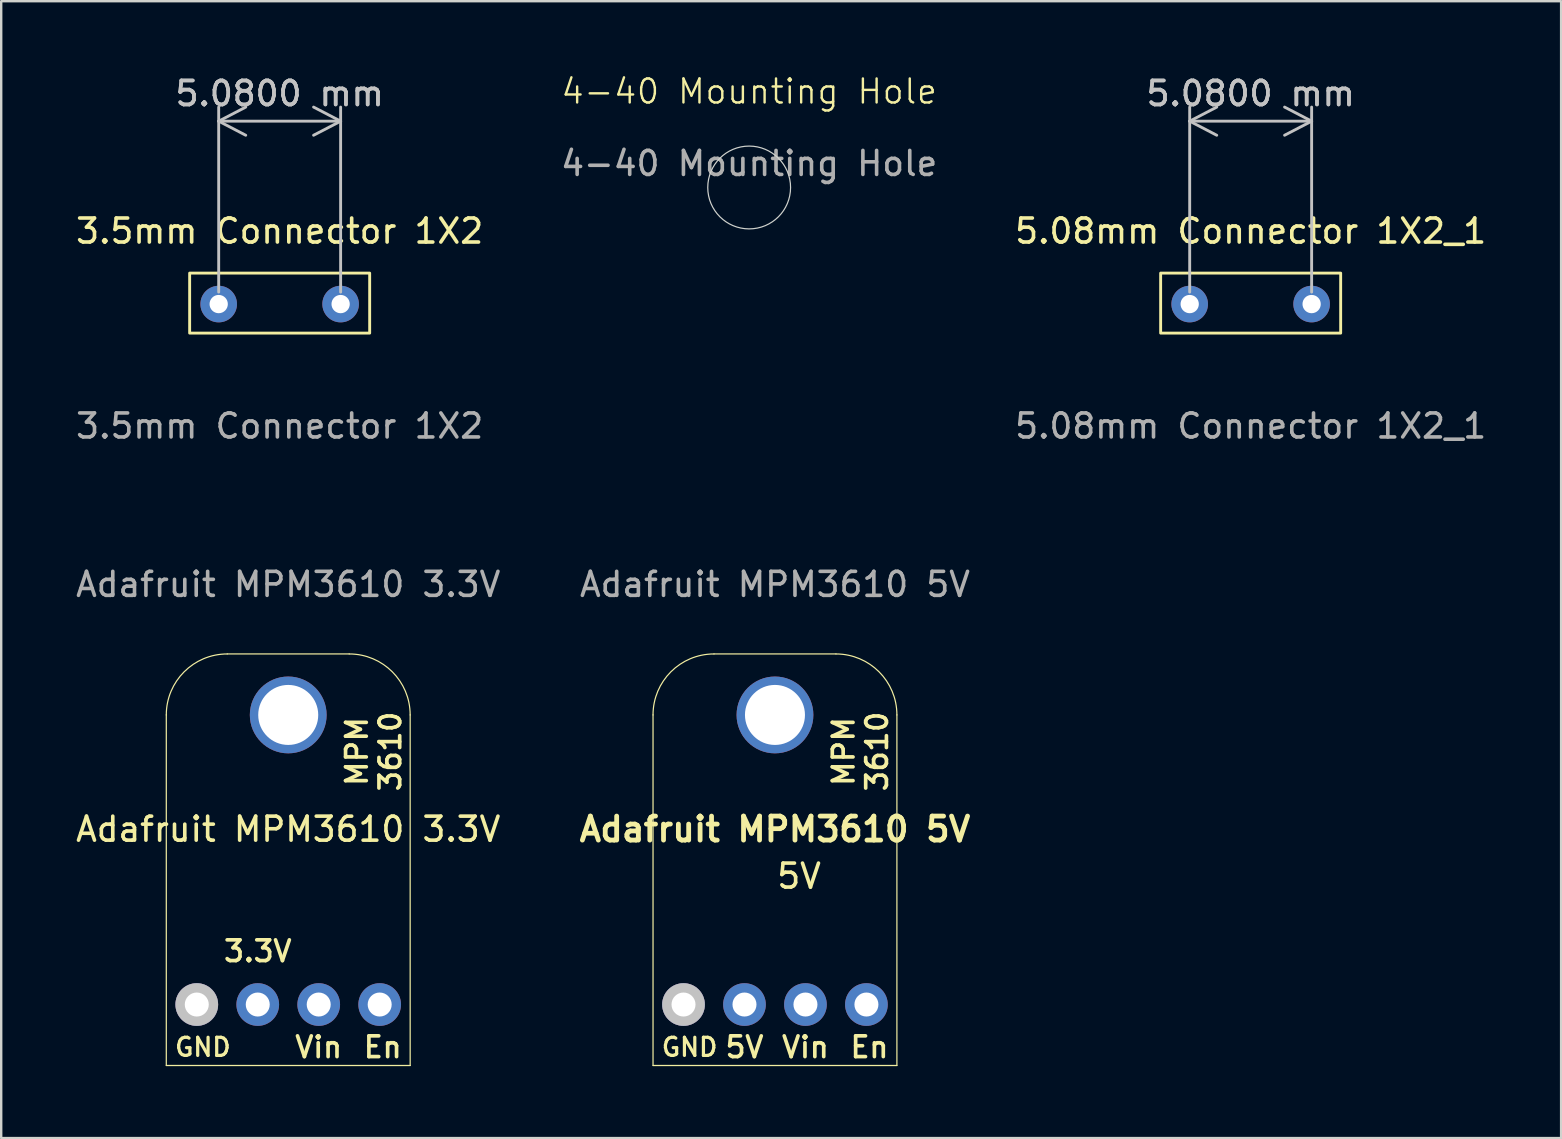
<source format=kicad_pcb>
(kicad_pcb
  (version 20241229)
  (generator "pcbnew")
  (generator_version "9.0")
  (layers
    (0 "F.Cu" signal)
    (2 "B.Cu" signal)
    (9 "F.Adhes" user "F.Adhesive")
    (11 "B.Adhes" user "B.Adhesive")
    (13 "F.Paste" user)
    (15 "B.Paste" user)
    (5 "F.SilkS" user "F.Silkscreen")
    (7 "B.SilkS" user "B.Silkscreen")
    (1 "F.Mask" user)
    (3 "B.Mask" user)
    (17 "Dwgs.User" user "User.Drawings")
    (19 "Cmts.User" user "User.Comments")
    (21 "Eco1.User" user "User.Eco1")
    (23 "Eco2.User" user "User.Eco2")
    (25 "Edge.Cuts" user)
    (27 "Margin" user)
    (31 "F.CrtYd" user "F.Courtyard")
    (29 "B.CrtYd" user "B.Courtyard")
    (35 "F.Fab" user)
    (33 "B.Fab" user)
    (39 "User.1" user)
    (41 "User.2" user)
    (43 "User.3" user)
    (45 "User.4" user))
  (footprint "5.08mm Connector 1X2_1"
    (layer "F.Cu")
    (at 49.054 7.078)
    (property "Reference" "5.08mm Connector 1X2_1" (at 0 -0.5 0) (unlocked yes) (layer "F.SilkS") (effects (font (size 1 1) (thickness 0.15))))
    (attr through_hole)
    (fp_rect (start -3.75 1.25) (end 3.75 3.75) (stroke (width 0.12) (type default)) (fill no) (layer "F.SilkS"))
    (fp_text user "${REFERENCE}" (at 0 7.62 0) (unlocked yes) (layer "F.Fab") (effects (font (size 1 1) (thickness 0.15))))
    (dimension (type aligned) (layer "Dwgs.User") (pts (xy 46.514 9.618) (xy 51.594 9.618)) (height -7.62) (format (prefix "") (suffix "") (units 3) (units_format 1) (precision 4)) (style (thickness 0.12) (arrow_length 1.27) (text_position_mode 0) (arrow_direction outward) (extension_height 0.586) (extension_offset 0.5) (keep_text_aligned yes)) (gr_text "5.0800 mm" (at 49.054 0.848 0) (layer "Dwgs.User") (effects (font (size 1 1) (thickness 0.15)))))
    (pad "1" thru_hole circle (at -2.54 2.54) (size 1.524 1.524) (drill 0.762) (layers "*.Cu" "*.Mask"))
    (pad "2" thru_hole circle (at 2.54 2.54) (size 1.524 1.524) (drill 0.762) (layers "*.Cu" "*.Mask")))
  (footprint "Adafruit MPM3610 3.3V"
    (layer "F.Cu")
    (at 8.958 18.797)
    (property "Reference" "Adafruit MPM3610 3.3V" (at 0 12.7 0) (unlocked yes) (layer "F.SilkS") (effects (font (size 1 1) (thickness 0.15))))
    (attr through_hole)
    (fp_line (start -5.08 22.543) (end -5.08 7.938) (stroke (width 0.05) (type solid)) (layer "F.SilkS"))
    (fp_line (start -2.54 5.397) (end 2.54 5.397) (stroke (width 0.05) (type solid)) (layer "F.SilkS"))
    (fp_line (start 5.08 7.938) (end 5.08 22.543) (stroke (width 0.05) (type solid)) (layer "F.SilkS"))
    (fp_line (start 5.08 22.543) (end -5.08 22.543) (stroke (width 0.05) (type solid)) (layer "F.SilkS"))
    (fp_arc (start -5.08 7.9375) (mid -4.336051 6.141449) (end -2.54 5.3975) (stroke (width 0.05) (type solid)) (layer "F.SilkS"))
    (fp_arc (start 2.54 5.3975) (mid 4.33605 6.141449) (end 5.08 7.9375) (stroke (width 0.05) (type solid)) (layer "F.SilkS"))
    (fp_text user "En" (at 3.937 21.78 0) (unlocked yes) (layer "F.SilkS") (effects (font (size 0.864 0.864) (thickness 0.152))))
    (fp_text user "MPM\n3610" (at 3.556 9.461 90) (unlocked yes) (layer "F.SilkS") (effects (font (size 0.864 0.864) (thickness 0.152))))
    (fp_text user "3.3V" (at -1.27 17.78 0) (unlocked yes) (layer "F.SilkS") (effects (font (size 0.864 0.864) (thickness 0.152))))
    (fp_text user "Vin" (at 1.27 21.78 0) (unlocked yes) (layer "F.SilkS") (effects (font (size 0.864 0.864) (thickness 0.152))))
    (fp_text user "GND" (at -3.556 21.78 0) (unlocked yes) (layer "F.SilkS") (effects (font (size 0.756 0.756) (thickness 0.133))))
    (fp_text user "${REFERENCE}" (at 0 2.5 0) (unlocked yes) (layer "F.Fab") (effects (font (size 1 1) (thickness 0.15))))
    (pad "1" thru_hole circle (at -3.81 20.003 270) (size 1.778 1.778) (drill 1) (layers "*.Cu" "*.Mask" "Dwgs.User"))
    (pad "2" thru_hole circle (at -1.27 20.003 270) (size 1.778 1.778) (drill 1) (layers "*.Cu" "*.Mask"))
    (pad "3" thru_hole circle (at 1.27 20.003 270) (size 1.778 1.778) (drill 1) (layers "*.Cu" "*.Mask"))
    (pad "4" thru_hole circle (at 3.81 20.003 270) (size 1.778 1.778) (drill 1) (layers "*.Cu" "*.Mask"))
    (pad "P$1" thru_hole circle (at 0 7.938) (size 3.2 3.2) (drill 2.5) (layers "*.Cu" "*.Mask"))
    (zone (net_name "") (layer "F.Cu") (hatch edge 0.5) (connect_pads) (min_thickness 0.25) (filled_areas_thickness no) (keepout (tracks not_allowed) (vias not_allowed) (pads not_allowed) (copperpour not_allowed) (footprints allowed)) (placement (enabled no)) (fill) (polygon (pts (xy 10.974 26.734) (xy 10.955 26.453) (xy 10.896 26.178) (xy 10.8 25.914) (xy 10.668 25.666) (xy 10.503 25.438) (xy 10.307 25.236) (xy 10.086 25.063) (xy 9.842 24.922) (xy 9.581 24.817) (xy 9.308 24.749) (xy 9.029 24.719) (xy 8.748 24.729) (xy 8.471 24.778) (xy 8.203 24.865) (xy 7.95 24.988) (xy 7.717 25.145) (xy 7.508 25.334) (xy 7.327 25.549) (xy 7.178 25.788) (xy 7.064 26.044) (xy 6.986 26.315) (xy 6.947 26.593) (xy 6.947 26.875) (xy 6.986 27.153) (xy 7.064 27.424) (xy 7.178 27.68) (xy 7.327 27.919) (xy 7.508 28.134) (xy 7.717 28.323) (xy 7.95 28.48) (xy 8.203 28.603) (xy 8.471 28.69) (xy 8.748 28.739) (xy 9.029 28.749) (xy 9.308 28.719) (xy 9.581 28.651) (xy 9.842 28.546) (xy 10.086 28.405) (xy 10.307 28.232) (xy 10.503 28.03) (xy 10.668 27.802) (xy 10.8 27.554) (xy 10.896 27.29) (xy 10.955 27.015))) (polygon (pts (xy 8.942 26.734) (xy 8.947 26.745) (xy 8.958 26.75) (xy 8.97 26.745) (xy 8.974 26.734) (xy 8.97 26.723) (xy 8.958 26.718) (xy 8.947 26.723))))
    (zone (net_name "") (layer "B.Cu") (hatch edge 0.5) (connect_pads) (min_thickness 0.25) (filled_areas_thickness no) (keepout (tracks not_allowed) (vias not_allowed) (pads not_allowed) (copperpour not_allowed) (footprints allowed)) (placement (enabled no)) (fill) (polygon (pts (xy 10.974 26.734) (xy 10.955 26.453) (xy 10.896 26.178) (xy 10.8 25.914) (xy 10.668 25.666) (xy 10.503 25.438) (xy 10.307 25.236) (xy 10.086 25.063) (xy 9.842 24.922) (xy 9.581 24.817) (xy 9.308 24.749) (xy 9.029 24.719) (xy 8.748 24.729) (xy 8.471 24.778) (xy 8.203 24.865) (xy 7.95 24.988) (xy 7.717 25.145) (xy 7.508 25.334) (xy 7.327 25.549) (xy 7.178 25.788) (xy 7.064 26.044) (xy 6.986 26.315) (xy 6.947 26.593) (xy 6.947 26.875) (xy 6.986 27.153) (xy 7.064 27.424) (xy 7.178 27.68) (xy 7.327 27.919) (xy 7.508 28.134) (xy 7.717 28.323) (xy 7.95 28.48) (xy 8.203 28.603) (xy 8.471 28.69) (xy 8.748 28.739) (xy 9.029 28.749) (xy 9.308 28.719) (xy 9.581 28.651) (xy 9.842 28.546) (xy 10.086 28.405) (xy 10.307 28.232) (xy 10.503 28.03) (xy 10.668 27.802) (xy 10.8 27.554) (xy 10.896 27.29) (xy 10.955 27.015))) (polygon (pts (xy 8.942 26.734) (xy 8.947 26.745) (xy 8.958 26.75) (xy 8.97 26.745) (xy 8.974 26.734) (xy 8.97 26.723) (xy 8.958 26.718) (xy 8.947 26.723)))))
  (footprint "4-40 Mounting Hole"
    (layer "F.Cu")
    (at 28.161 4.761)
    (property "Reference" "4-40 Mounting Hole" (at 0 -4 0) (unlocked yes) (layer "F.SilkS") (effects (font (size 1 1) (thickness 0.1))))
    (attr through_hole)
    (fp_circle (center 0 0) (end 1.725 0) (stroke (width 0.05) (type default)) (fill no) (layer "Edge.Cuts"))
    (fp_text user "${REFERENCE}" (at 0 -1 0) (unlocked yes) (layer "F.Fab") (effects (font (size 1 1) (thickness 0.15))))
    (zone (net_name "") (layers "F.Cu" "B.Cu") (name "Keep out ") (hatch edge 0.5) (connect_pads) (min_thickness 0.25) (filled_areas_thickness no) (keepout (tracks not_allowed) (vias not_allowed) (pads not_allowed) (copperpour not_allowed) (footprints not_allowed)) (placement (enabled no)) (fill) (polygon (pts (xy 30.161 4.761) (xy 29.661 3.26) (xy 28.161 2.76) (xy 26.661 3.26) (xy 26.161 4.761) (xy 26.661 6.261) (xy 28.161 6.761) (xy 29.661 6.261)))))
  (footprint "3.5mm Connector 1X2"
    (layer "F.Cu")
    (at 8.601 7.078)
    (property "Reference" "3.5mm Connector 1X2" (at 0 -0.5 0) (unlocked yes) (layer "F.SilkS") (effects (font (size 1 1) (thickness 0.15))))
    (attr through_hole)
    (fp_rect (start -3.75 1.25) (end 3.75 3.75) (stroke (width 0.12) (type default)) (fill no) (layer "F.SilkS"))
    (fp_text user "${REFERENCE}" (at 0 7.62 0) (unlocked yes) (layer "F.Fab") (effects (font (size 1 1) (thickness 0.15))))
    (dimension (type aligned) (layer "Dwgs.User") (pts (xy 6.061 9.618) (xy 11.141 9.618)) (height -7.62) (format (prefix "") (suffix "") (units 3) (units_format 1) (precision 4)) (style (thickness 0.12) (arrow_length 1.27) (text_position_mode 0) (arrow_direction outward) (extension_height 0.586) (extension_offset 0.5) (keep_text_aligned yes)) (gr_text "5.0800 mm" (at 8.601 0.848 0) (layer "Dwgs.User") (effects (font (size 1 1) (thickness 0.15)))))
    (pad "1" thru_hole circle (at -2.54 2.54) (size 1.524 1.524) (drill 0.762) (layers "*.Cu" "*.Mask"))
    (pad "2" thru_hole circle (at 2.54 2.54) (size 1.524 1.524) (drill 0.762) (layers "*.Cu" "*.Mask")))
  (footprint "Adafruit MPM3610 5V"
    (layer "F.Cu")
    (at 29.236 18.797)
    (property "Reference" "Adafruit MPM3610 5V" (at 0 12.7 0) (unlocked yes) (layer "F.SilkS") (effects (font (size 1 1) (thickness 0.2) (bold yes))))
    (attr through_hole)
    (fp_line (start -5.08 22.543) (end -5.08 7.938) (stroke (width 0.05) (type solid)) (layer "F.SilkS"))
    (fp_line (start -2.54 5.397) (end 2.54 5.397) (stroke (width 0.05) (type solid)) (layer "F.SilkS"))
    (fp_line (start 5.08 7.938) (end 5.08 22.543) (stroke (width 0.05) (type solid)) (layer "F.SilkS"))
    (fp_line (start 5.08 22.543) (end -5.08 22.543) (stroke (width 0.05) (type solid)) (layer "F.SilkS"))
    (fp_arc (start -5.08 7.9375) (mid -4.336051 6.141449) (end -2.54 5.3975) (stroke (width 0.05) (type solid)) (layer "F.SilkS"))
    (fp_arc (start 2.54 5.3975) (mid 4.33605 6.141449) (end 5.08 7.9375) (stroke (width 0.05) (type solid)) (layer "F.SilkS"))
    (fp_text user "GND" (at -3.556 21.78 0) (unlocked yes) (layer "F.SilkS") (effects (font (size 0.756 0.756) (thickness 0.133))))
    (fp_text user "5V" (at -1.27 21.78 0) (unlocked yes) (layer "F.SilkS") (effects (font (size 0.864 0.864) (thickness 0.152))))
    (fp_text user "En" (at 3.937 21.78 0) (unlocked yes) (layer "F.SilkS") (effects (font (size 0.864 0.864) (thickness 0.152))))
    (fp_text user "MPM\n3610" (at 3.556 9.461 90) (unlocked yes) (layer "F.SilkS") (effects (font (size 0.864 0.864) (thickness 0.152))))
    (fp_text user "5V" (at 0 15.24 0) (unlocked yes) (layer "F.SilkS") (effects (font (size 1 1) (thickness 0.15)) (justify left bottom)))
    (fp_text user "Vin" (at 1.27 21.78 0) (unlocked yes) (layer "F.SilkS") (effects (font (size 0.864 0.864) (thickness 0.152))))
    (fp_text user "${REFERENCE}" (at 0 2.5 0) (unlocked yes) (layer "F.Fab") (effects (font (size 1 1) (thickness 0.15))))
    (pad "1" thru_hole circle (at -3.81 20.003 270) (size 1.778 1.778) (drill 1) (layers "*.Cu" "*.Mask" "Dwgs.User"))
    (pad "2" thru_hole circle (at -1.27 20.003 270) (size 1.778 1.778) (drill 1) (layers "*.Cu" "*.Mask"))
    (pad "3" thru_hole circle (at 1.27 20.003 270) (size 1.778 1.778) (drill 1) (layers "*.Cu" "*.Mask"))
    (pad "4" thru_hole circle (at 3.81 20.003 270) (size 1.778 1.778) (drill 1) (layers "*.Cu" "*.Mask"))
    (pad "P$1" thru_hole circle (at 0 7.938) (size 3.2 3.2) (drill 2.5) (layers "*.Cu" "*.Mask"))
    (zone (net_name "") (layer "F.Cu") (hatch edge 0.5) (connect_pads) (min_thickness 0.25) (filled_areas_thickness no) (keepout (tracks not_allowed) (vias not_allowed) (pads not_allowed) (copperpour not_allowed) (footprints allowed)) (placement (enabled no)) (fill) (polygon (pts (xy 31.252 26.734) (xy 31.232 26.453) (xy 31.174 26.178) (xy 31.077 25.914) (xy 30.945 25.666) (xy 30.78 25.438) (xy 30.585 25.236) (xy 30.363 25.063) (xy 30.119 24.922) (xy 29.859 24.817) (xy 29.586 24.749) (xy 29.306 24.719) (xy 29.025 24.729) (xy 28.748 24.778) (xy 28.481 24.865) (xy 28.228 24.988) (xy 27.995 25.145) (xy 27.786 25.334) (xy 27.605 25.549) (xy 27.456 25.788) (xy 27.341 26.044) (xy 27.264 26.315) (xy 27.225 26.593) (xy 27.225 26.875) (xy 27.264 27.153) (xy 27.341 27.424) (xy 27.456 27.68) (xy 27.605 27.919) (xy 27.786 28.134) (xy 27.995 28.323) (xy 28.228 28.48) (xy 28.481 28.603) (xy 28.748 28.69) (xy 29.025 28.739) (xy 29.306 28.749) (xy 29.586 28.719) (xy 29.859 28.651) (xy 30.119 28.546) (xy 30.363 28.405) (xy 30.585 28.232) (xy 30.78 28.03) (xy 30.945 27.802) (xy 31.077 27.554) (xy 31.174 27.29) (xy 31.232 27.015))) (polygon (pts (xy 29.22 26.734) (xy 29.224 26.745) (xy 29.236 26.75) (xy 29.247 26.745) (xy 29.252 26.734) (xy 29.247 26.723) (xy 29.236 26.718) (xy 29.224 26.723))))
    (zone (net_name "") (layer "B.Cu") (hatch edge 0.5) (connect_pads) (min_thickness 0.25) (filled_areas_thickness no) (keepout (tracks not_allowed) (vias not_allowed) (pads not_allowed) (copperpour not_allowed) (footprints allowed)) (placement (enabled no)) (fill) (polygon (pts (xy 31.252 26.734) (xy 31.232 26.453) (xy 31.174 26.178) (xy 31.077 25.914) (xy 30.945 25.666) (xy 30.78 25.438) (xy 30.585 25.236) (xy 30.363 25.063) (xy 30.119 24.922) (xy 29.859 24.817) (xy 29.586 24.749) (xy 29.306 24.719) (xy 29.025 24.729) (xy 28.748 24.778) (xy 28.481 24.865) (xy 28.228 24.988) (xy 27.995 25.145) (xy 27.786 25.334) (xy 27.605 25.549) (xy 27.456 25.788) (xy 27.341 26.044) (xy 27.264 26.315) (xy 27.225 26.593) (xy 27.225 26.875) (xy 27.264 27.153) (xy 27.341 27.424) (xy 27.456 27.68) (xy 27.605 27.919) (xy 27.786 28.134) (xy 27.995 28.323) (xy 28.228 28.48) (xy 28.481 28.603) (xy 28.748 28.69) (xy 29.025 28.739) (xy 29.306 28.749) (xy 29.586 28.719) (xy 29.859 28.651) (xy 30.119 28.546) (xy 30.363 28.405) (xy 30.585 28.232) (xy 30.78 28.03) (xy 30.945 27.802) (xy 31.077 27.554) (xy 31.174 27.29) (xy 31.232 27.015))) (polygon (pts (xy 29.22 26.734) (xy 29.224 26.745) (xy 29.236 26.75) (xy 29.247 26.745) (xy 29.252 26.734) (xy 29.247 26.723) (xy 29.236 26.718) (xy 29.224 26.723)))))
  (gr_rect
    (start -3 -3)
    (end 61.988 44.364)
    (stroke (width 0.1) (type default))
    (fill no)
    (layer "Edge.Cuts")))
</source>
